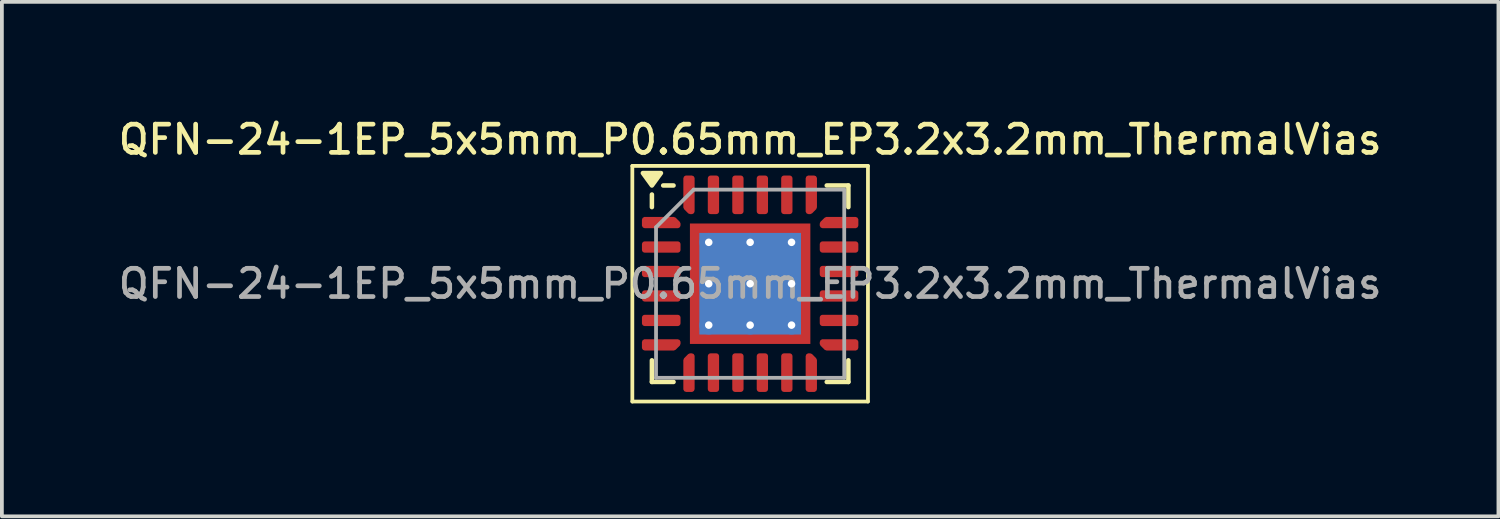
<source format=kicad_pcb>
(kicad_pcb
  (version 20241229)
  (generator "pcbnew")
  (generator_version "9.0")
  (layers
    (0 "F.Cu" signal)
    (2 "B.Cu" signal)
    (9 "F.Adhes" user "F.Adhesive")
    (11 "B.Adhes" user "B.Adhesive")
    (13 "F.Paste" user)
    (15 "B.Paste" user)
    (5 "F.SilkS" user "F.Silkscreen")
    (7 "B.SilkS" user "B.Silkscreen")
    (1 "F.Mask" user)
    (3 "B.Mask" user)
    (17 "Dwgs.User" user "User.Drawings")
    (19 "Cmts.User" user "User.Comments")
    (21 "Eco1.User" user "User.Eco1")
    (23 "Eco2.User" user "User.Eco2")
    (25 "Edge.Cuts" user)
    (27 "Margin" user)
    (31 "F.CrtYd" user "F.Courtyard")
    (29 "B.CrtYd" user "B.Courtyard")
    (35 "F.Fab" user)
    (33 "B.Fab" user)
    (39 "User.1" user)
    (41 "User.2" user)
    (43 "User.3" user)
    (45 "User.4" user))
  (footprint "QFN-24-1EP_5x5mm_P0.65mm_EP3.2x3.2mm_ThermalVias"
    (layer "F.Cu")
    (at 16.88 4.488)
    (property "Reference" "QFN-24-1EP_5x5mm_P0.65mm_EP3.2x3.2mm_ThermalVias" (at 0 -3.83 0) (layer "F.SilkS") (effects (font (size 0.75 0.75) (thickness 0.125))))
    (attr smd)
    (fp_line (start -3.13 -3.13) (end -3.13 3.13) (stroke (width 0.1) (type solid)) (layer "F.SilkS"))
    (fp_line (start -3.13 3.13) (end 3.13 3.13) (stroke (width 0.1) (type solid)) (layer "F.SilkS"))
    (fp_line (start -2.61 -2.035) (end -2.61 -2.37) (stroke (width 0.12) (type solid)) (layer "F.SilkS"))
    (fp_line (start -2.61 2.61) (end -2.61 2.035) (stroke (width 0.12) (type solid)) (layer "F.SilkS"))
    (fp_line (start -2.035 -2.61) (end -2.31 -2.61) (stroke (width 0.12) (type solid)) (layer "F.SilkS"))
    (fp_line (start -2.035 2.61) (end -2.61 2.61) (stroke (width 0.12) (type solid)) (layer "F.SilkS"))
    (fp_line (start 2.035 -2.61) (end 2.61 -2.61) (stroke (width 0.12) (type solid)) (layer "F.SilkS"))
    (fp_line (start 2.035 2.61) (end 2.61 2.61) (stroke (width 0.12) (type solid)) (layer "F.SilkS"))
    (fp_line (start 2.61 -2.61) (end 2.61 -2.035) (stroke (width 0.12) (type solid)) (layer "F.SilkS"))
    (fp_line (start 2.61 2.61) (end 2.61 2.035) (stroke (width 0.12) (type solid)) (layer "F.SilkS"))
    (fp_line (start 3.13 -3.13) (end -3.13 -3.13) (stroke (width 0.1) (type solid)) (layer "F.SilkS"))
    (fp_line (start 3.13 3.13) (end 3.13 -3.13) (stroke (width 0.1) (type solid)) (layer "F.SilkS"))
    (fp_poly (pts (xy -2.61 -2.61) (xy -2.85 -2.94) (xy -2.37 -2.94) (xy -2.61 -2.61)) (stroke (width 0.12) (type solid)) (fill yes) (layer "F.SilkS"))
    (fp_line (start -2.5 -1.5) (end -1.5 -2.5) (stroke (width 0.1) (type solid)) (layer "F.Fab"))
    (fp_line (start -2.5 2.5) (end -2.5 -1.5) (stroke (width 0.1) (type solid)) (layer "F.Fab"))
    (fp_line (start -1.5 -2.5) (end 2.5 -2.5) (stroke (width 0.1) (type solid)) (layer "F.Fab"))
    (fp_line (start 2.5 -2.5) (end 2.5 2.5) (stroke (width 0.1) (type solid)) (layer "F.Fab"))
    (fp_line (start 2.5 2.5) (end -2.5 2.5) (stroke (width 0.1) (type solid)) (layer "F.Fab"))
    (fp_text user "${REFERENCE}" (at 0 0 0) (layer "F.Fab") (effects (font (size 0.75 0.75) (thickness 0.125))))
    (pad "" smd custom (at -1.35 -1.35) (size 0.272 0.272) (layers "F.Paste") (options (anchor circle)) (primitives (gr_poly (pts (xy -0.101 -0.101) (xy 0.101 -0.101) (xy 0.101 -0.026) (xy -0.026 0.101) (xy -0.101 0.101)) (width 0.202) (fill yes))))
    (pad "" smd custom (at -1.35 -0.55) (size 0.313 0.313) (layers "F.Paste") (options (anchor circle)) (primitives (gr_poly (pts (xy -0.111 -0.353) (xy 0.036 -0.353) (xy 0.111 -0.278) (xy 0.111 0.278) (xy 0.036 0.353) (xy -0.111 0.353)) (width 0.181) (fill yes))))
    (pad "" smd custom (at -1.35 0.55) (size 0.313 0.313) (layers "F.Paste") (options (anchor circle)) (primitives (gr_poly (pts (xy -0.111 -0.353) (xy 0.036 -0.353) (xy 0.111 -0.278) (xy 0.111 0.278) (xy 0.036 0.353) (xy -0.111 0.353)) (width 0.181) (fill yes))))
    (pad "" smd custom (at -1.35 1.35) (size 0.272 0.272) (layers "F.Paste") (options (anchor circle)) (primitives (gr_poly (pts (xy -0.101 -0.101) (xy -0.026 -0.101) (xy 0.101 0.026) (xy 0.101 0.101) (xy -0.101 0.101)) (width 0.202) (fill yes))))
    (pad "" smd custom (at -0.55 -1.35) (size 0.313 0.313) (layers "F.Paste") (options (anchor circle)) (primitives (gr_poly (pts (xy -0.353 -0.111) (xy 0.353 -0.111) (xy 0.353 0.036) (xy 0.278 0.111) (xy -0.278 0.111) (xy -0.353 0.036)) (width 0.181) (fill yes))))
    (pad "" smd roundrect (at -0.55 -0.55) (size 0.887 0.887) (layers "F.Paste") (roundrect_rratio 0.25))
    (pad "" smd roundrect (at -0.55 0.55) (size 0.887 0.887) (layers "F.Paste") (roundrect_rratio 0.25))
    (pad "" smd custom (at -0.55 1.35) (size 0.313 0.313) (layers "F.Paste") (options (anchor circle)) (primitives (gr_poly (pts (xy -0.353 -0.036) (xy -0.278 -0.111) (xy 0.278 -0.111) (xy 0.353 -0.036) (xy 0.353 0.111) (xy -0.353 0.111)) (width 0.181) (fill yes))))
    (pad "" smd custom (at 0.55 -1.35) (size 0.313 0.313) (layers "F.Paste") (options (anchor circle)) (primitives (gr_poly (pts (xy -0.353 -0.111) (xy 0.353 -0.111) (xy 0.353 0.036) (xy 0.278 0.111) (xy -0.278 0.111) (xy -0.353 0.036)) (width 0.181) (fill yes))))
    (pad "" smd roundrect (at 0.55 -0.55) (size 0.887 0.887) (layers "F.Paste") (roundrect_rratio 0.25))
    (pad "" smd roundrect (at 0.55 0.55) (size 0.887 0.887) (layers "F.Paste") (roundrect_rratio 0.25))
    (pad "" smd custom (at 0.55 1.35) (size 0.313 0.313) (layers "F.Paste") (options (anchor circle)) (primitives (gr_poly (pts (xy -0.353 -0.036) (xy -0.278 -0.111) (xy 0.278 -0.111) (xy 0.353 -0.036) (xy 0.353 0.111) (xy -0.353 0.111)) (width 0.181) (fill yes))))
    (pad "" smd custom (at 1.35 -1.35) (size 0.272 0.272) (layers "F.Paste") (options (anchor circle)) (primitives (gr_poly (pts (xy -0.101 -0.101) (xy 0.101 -0.101) (xy 0.101 0.101) (xy 0.026 0.101) (xy -0.101 -0.026)) (width 0.202) (fill yes))))
    (pad "" smd custom (at 1.35 -0.55) (size 0.313 0.313) (layers "F.Paste") (options (anchor circle)) (primitives (gr_poly (pts (xy -0.111 -0.278) (xy -0.036 -0.353) (xy 0.111 -0.353) (xy 0.111 0.353) (xy -0.036 0.353) (xy -0.111 0.278)) (width 0.181) (fill yes))))
    (pad "" smd custom (at 1.35 0.55) (size 0.313 0.313) (layers "F.Paste") (options (anchor circle)) (primitives (gr_poly (pts (xy -0.111 -0.278) (xy -0.036 -0.353) (xy 0.111 -0.353) (xy 0.111 0.353) (xy -0.036 0.353) (xy -0.111 0.278)) (width 0.181) (fill yes))))
    (pad "" smd custom (at 1.35 1.35) (size 0.272 0.272) (layers "F.Paste") (options (anchor circle)) (primitives (gr_poly (pts (xy -0.101 0.026) (xy 0.026 -0.101) (xy 0.101 -0.101) (xy 0.101 0.101) (xy -0.101 0.101)) (width 0.202) (fill yes))))
    (pad "1" smd custom (at -2.362 -1.625) (size 0.194 0.194) (layers "F.Cu" "F.Mask" "F.Paste") (options (anchor circle)) (primitives (gr_poly (pts (xy -0.438 -0.075) (xy 0.331 -0.075) (xy 0.438 0.031) (xy 0.438 0.075) (xy -0.438 0.075)) (width 0.15) (fill yes))))
    (pad "2" smd roundrect (at -2.362 -0.975) (size 1.025 0.3) (layers "F.Cu" "F.Mask" "F.Paste") (roundrect_rratio 0.25))
    (pad "3" smd roundrect (at -2.362 -0.325) (size 1.025 0.3) (layers "F.Cu" "F.Mask" "F.Paste") (roundrect_rratio 0.25))
    (pad "4" smd roundrect (at -2.362 0.325) (size 1.025 0.3) (layers "F.Cu" "F.Mask" "F.Paste") (roundrect_rratio 0.25))
    (pad "5" smd roundrect (at -2.362 0.975) (size 1.025 0.3) (layers "F.Cu" "F.Mask" "F.Paste") (roundrect_rratio 0.25))
    (pad "6" smd custom (at -2.362 1.625) (size 0.194 0.194) (layers "F.Cu" "F.Mask" "F.Paste") (options (anchor circle)) (primitives (gr_poly (pts (xy -0.438 -0.075) (xy 0.438 -0.075) (xy 0.438 -0.031) (xy 0.331 0.075) (xy -0.438 0.075)) (width 0.15) (fill yes))))
    (pad "7" smd custom (at -1.625 2.362) (size 0.194 0.194) (layers "F.Cu" "F.Mask" "F.Paste") (options (anchor circle)) (primitives (gr_poly (pts (xy -0.075 -0.331) (xy 0.031 -0.438) (xy 0.075 -0.438) (xy 0.075 0.438) (xy -0.075 0.438)) (width 0.15) (fill yes))))
    (pad "8" smd roundrect (at -0.975 2.362) (size 0.3 1.025) (layers "F.Cu" "F.Mask" "F.Paste") (roundrect_rratio 0.25))
    (pad "9" smd roundrect (at -0.325 2.362) (size 0.3 1.025) (layers "F.Cu" "F.Mask" "F.Paste") (roundrect_rratio 0.25))
    (pad "10" smd roundrect (at 0.325 2.362) (size 0.3 1.025) (layers "F.Cu" "F.Mask" "F.Paste") (roundrect_rratio 0.25))
    (pad "11" smd roundrect (at 0.975 2.362) (size 0.3 1.025) (layers "F.Cu" "F.Mask" "F.Paste") (roundrect_rratio 0.25))
    (pad "12" smd custom (at 1.625 2.362) (size 0.194 0.194) (layers "F.Cu" "F.Mask" "F.Paste") (options (anchor circle)) (primitives (gr_poly (pts (xy -0.075 -0.438) (xy -0.031 -0.438) (xy 0.075 -0.331) (xy 0.075 0.438) (xy -0.075 0.438)) (width 0.15) (fill yes))))
    (pad "13" smd custom (at 2.362 1.625) (size 0.194 0.194) (layers "F.Cu" "F.Mask" "F.Paste") (options (anchor circle)) (primitives (gr_poly (pts (xy -0.438 -0.075) (xy 0.438 -0.075) (xy 0.438 0.075) (xy -0.331 0.075) (xy -0.438 -0.031)) (width 0.15) (fill yes))))
    (pad "14" smd roundrect (at 2.362 0.975) (size 1.025 0.3) (layers "F.Cu" "F.Mask" "F.Paste") (roundrect_rratio 0.25))
    (pad "15" smd roundrect (at 2.362 0.325) (size 1.025 0.3) (layers "F.Cu" "F.Mask" "F.Paste") (roundrect_rratio 0.25))
    (pad "16" smd roundrect (at 2.362 -0.325) (size 1.025 0.3) (layers "F.Cu" "F.Mask" "F.Paste") (roundrect_rratio 0.25))
    (pad "17" smd roundrect (at 2.362 -0.975) (size 1.025 0.3) (layers "F.Cu" "F.Mask" "F.Paste") (roundrect_rratio 0.25))
    (pad "18" smd custom (at 2.362 -1.625) (size 0.194 0.194) (layers "F.Cu" "F.Mask" "F.Paste") (options (anchor circle)) (primitives (gr_poly (pts (xy -0.438 0.031) (xy -0.331 -0.075) (xy 0.438 -0.075) (xy 0.438 0.075) (xy -0.438 0.075)) (width 0.15) (fill yes))))
    (pad "19" smd custom (at 1.625 -2.362) (size 0.194 0.194) (layers "F.Cu" "F.Mask" "F.Paste") (options (anchor circle)) (primitives (gr_poly (pts (xy -0.075 -0.438) (xy 0.075 -0.438) (xy 0.075 0.331) (xy -0.031 0.438) (xy -0.075 0.438)) (width 0.15) (fill yes))))
    (pad "20" smd roundrect (at 0.975 -2.362) (size 0.3 1.025) (layers "F.Cu" "F.Mask" "F.Paste") (roundrect_rratio 0.25))
    (pad "21" smd roundrect (at 0.325 -2.362) (size 0.3 1.025) (layers "F.Cu" "F.Mask" "F.Paste") (roundrect_rratio 0.25))
    (pad "22" smd roundrect (at -0.325 -2.362) (size 0.3 1.025) (layers "F.Cu" "F.Mask" "F.Paste") (roundrect_rratio 0.25))
    (pad "23" smd roundrect (at -0.975 -2.362) (size 0.3 1.025) (layers "F.Cu" "F.Mask" "F.Paste") (roundrect_rratio 0.25))
    (pad "24" smd custom (at -1.625 -2.362) (size 0.194 0.194) (layers "F.Cu" "F.Mask" "F.Paste") (options (anchor circle)) (primitives (gr_poly (pts (xy -0.075 -0.438) (xy 0.075 -0.438) (xy 0.075 0.438) (xy 0.031 0.438) (xy -0.075 0.331)) (width 0.15) (fill yes))))
    (pad "25" thru_hole circle (at -1.1 -1.1) (size 0.5 0.5) (drill 0.2) (property pad_prop_heatsink) (layers "*.Cu"))
    (pad "25" thru_hole circle (at -1.1 0) (size 0.5 0.5) (drill 0.2) (property pad_prop_heatsink) (layers "*.Cu"))
    (pad "25" thru_hole circle (at -1.1 1.1) (size 0.5 0.5) (drill 0.2) (property pad_prop_heatsink) (layers "*.Cu"))
    (pad "25" thru_hole circle (at 0 -1.1) (size 0.5 0.5) (drill 0.2) (property pad_prop_heatsink) (layers "*.Cu"))
    (pad "25" thru_hole circle (at 0 0) (size 0.5 0.5) (drill 0.2) (property pad_prop_heatsink) (layers "*.Cu"))
    (pad "25" smd rect (at 0 0) (size 2.7 2.7) (property pad_prop_heatsink) (layers "B.Cu"))
    (pad "25" smd rect (at 0 0) (size 3.2 3.2) (property pad_prop_heatsink) (layers "F.Cu" "F.Mask"))
    (pad "25" thru_hole circle (at 0 1.1) (size 0.5 0.5) (drill 0.2) (property pad_prop_heatsink) (layers "*.Cu"))
    (pad "25" thru_hole circle (at 1.1 -1.1) (size 0.5 0.5) (drill 0.2) (property pad_prop_heatsink) (layers "*.Cu"))
    (pad "25" thru_hole circle (at 1.1 0) (size 0.5 0.5) (drill 0.2) (property pad_prop_heatsink) (layers "*.Cu"))
    (pad "25" thru_hole circle (at 1.1 1.1) (size 0.5 0.5) (drill 0.2) (property pad_prop_heatsink) (layers "*.Cu")))
  (gr_rect
    (start -3 -3)
    (end 36.761 10.668)
    (stroke (width 0.1) (type default))
    (fill no)
    (layer "Edge.Cuts")))
</source>
